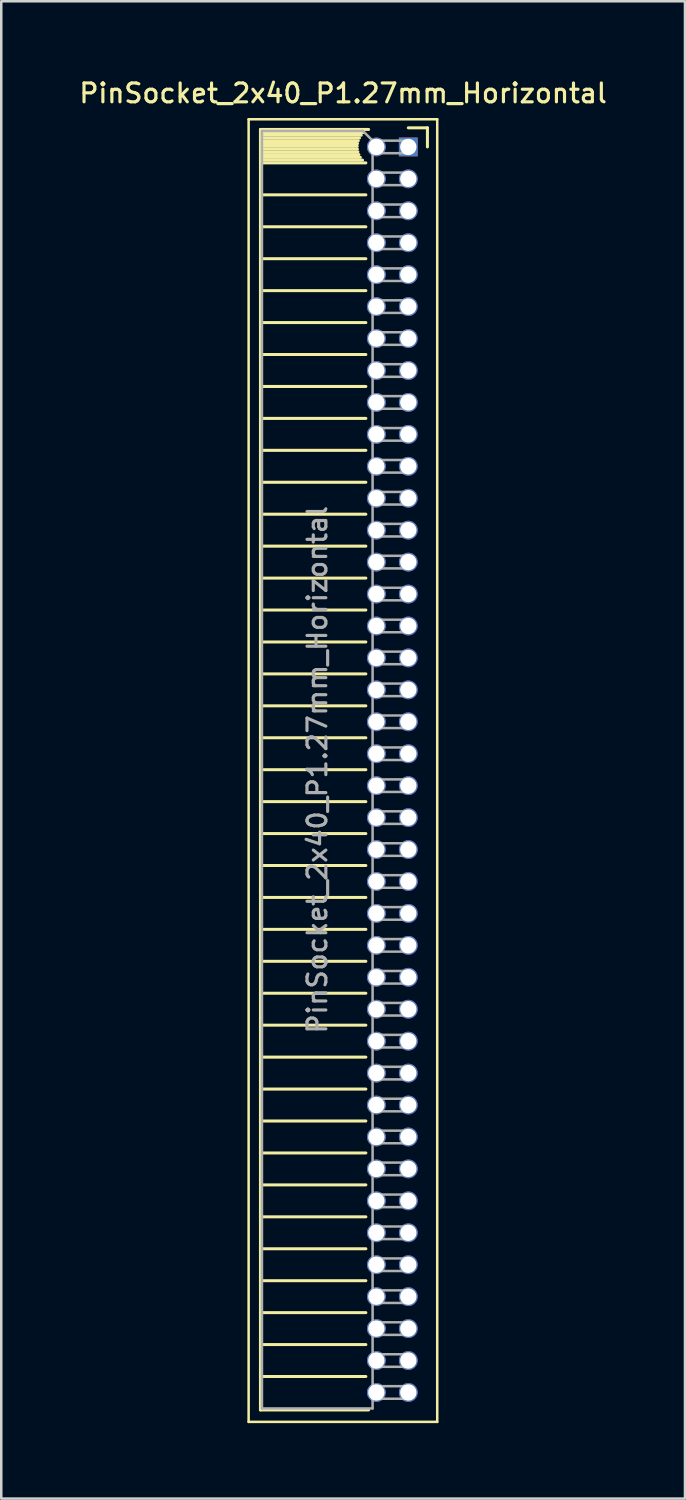
<source format=kicad_pcb>
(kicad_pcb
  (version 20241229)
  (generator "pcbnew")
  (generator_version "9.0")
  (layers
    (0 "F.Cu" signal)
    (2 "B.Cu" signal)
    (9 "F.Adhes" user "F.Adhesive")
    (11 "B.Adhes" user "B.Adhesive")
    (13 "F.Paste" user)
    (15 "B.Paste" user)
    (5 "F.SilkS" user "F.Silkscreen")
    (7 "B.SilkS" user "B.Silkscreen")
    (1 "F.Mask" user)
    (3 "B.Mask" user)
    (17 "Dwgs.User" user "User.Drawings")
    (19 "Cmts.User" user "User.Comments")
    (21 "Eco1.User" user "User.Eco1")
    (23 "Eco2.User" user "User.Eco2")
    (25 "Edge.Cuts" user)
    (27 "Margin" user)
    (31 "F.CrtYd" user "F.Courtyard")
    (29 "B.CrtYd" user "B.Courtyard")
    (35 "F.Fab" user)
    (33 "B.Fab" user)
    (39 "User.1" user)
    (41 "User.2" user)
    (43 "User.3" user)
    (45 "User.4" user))
  (footprint "PinSocket_2x40_P1.27mm_Horizontal"
    (layer "F.Cu")
    (at 13.187 2.793)
    (property "Reference" "PinSocket_2x40_P1.27mm_Horizontal" (at -2.592 -2.135 0) (layer "F.SilkS") (effects (font (size 0.75 0.75) (thickness 0.125))))
    (attr through_hole)
    (fp_line (start -6.35 -1.1) (end -6.35 50.7) (stroke (width 0.1) (type solid)) (layer "F.SilkS"))
    (fp_line (start -6.35 50.7) (end 1.15 50.7) (stroke (width 0.1) (type solid)) (layer "F.SilkS"))
    (fp_line (start -5.88 -0.695) (end -5.88 50.225) (stroke (width 0.12) (type solid)) (layer "F.SilkS"))
    (fp_line (start -5.88 -0.695) (end -1.578 -0.695) (stroke (width 0.12) (type solid)) (layer "F.SilkS"))
    (fp_line (start -5.88 -0.575) (end -1.767 -0.575) (stroke (width 0.12) (type solid)) (layer "F.SilkS"))
    (fp_line (start -5.88 -0.465) (end -1.871 -0.465) (stroke (width 0.12) (type solid)) (layer "F.SilkS"))
    (fp_line (start -5.88 -0.355) (end -1.942 -0.355) (stroke (width 0.12) (type solid)) (layer "F.SilkS"))
    (fp_line (start -5.88 -0.245) (end -1.989 -0.245) (stroke (width 0.12) (type solid)) (layer "F.SilkS"))
    (fp_line (start -5.88 -0.135) (end -2.018 -0.135) (stroke (width 0.12) (type solid)) (layer "F.SilkS"))
    (fp_line (start -5.88 -0.025) (end -2.03 -0.025) (stroke (width 0.12) (type solid)) (layer "F.SilkS"))
    (fp_line (start -5.88 0.085) (end -2.025 0.085) (stroke (width 0.12) (type solid)) (layer "F.SilkS"))
    (fp_line (start -5.88 0.195) (end -2.005 0.195) (stroke (width 0.12) (type solid)) (layer "F.SilkS"))
    (fp_line (start -5.88 0.305) (end -1.966 0.305) (stroke (width 0.12) (type solid)) (layer "F.SilkS"))
    (fp_line (start -5.88 0.415) (end -1.907 0.415) (stroke (width 0.12) (type solid)) (layer "F.SilkS"))
    (fp_line (start -5.88 0.525) (end -1.82 0.525) (stroke (width 0.12) (type solid)) (layer "F.SilkS"))
    (fp_line (start -5.88 0.635) (end -1.688 0.635) (stroke (width 0.12) (type solid)) (layer "F.SilkS"))
    (fp_line (start -5.88 1.905) (end -1.688 1.905) (stroke (width 0.12) (type solid)) (layer "F.SilkS"))
    (fp_line (start -5.88 3.175) (end -1.688 3.175) (stroke (width 0.12) (type solid)) (layer "F.SilkS"))
    (fp_line (start -5.88 4.445) (end -1.688 4.445) (stroke (width 0.12) (type solid)) (layer "F.SilkS"))
    (fp_line (start -5.88 5.715) (end -1.688 5.715) (stroke (width 0.12) (type solid)) (layer "F.SilkS"))
    (fp_line (start -5.88 6.985) (end -1.688 6.985) (stroke (width 0.12) (type solid)) (layer "F.SilkS"))
    (fp_line (start -5.88 8.255) (end -1.688 8.255) (stroke (width 0.12) (type solid)) (layer "F.SilkS"))
    (fp_line (start -5.88 9.525) (end -1.688 9.525) (stroke (width 0.12) (type solid)) (layer "F.SilkS"))
    (fp_line (start -5.88 10.795) (end -1.688 10.795) (stroke (width 0.12) (type solid)) (layer "F.SilkS"))
    (fp_line (start -5.88 12.065) (end -1.688 12.065) (stroke (width 0.12) (type solid)) (layer "F.SilkS"))
    (fp_line (start -5.88 13.335) (end -1.688 13.335) (stroke (width 0.12) (type solid)) (layer "F.SilkS"))
    (fp_line (start -5.88 14.605) (end -1.688 14.605) (stroke (width 0.12) (type solid)) (layer "F.SilkS"))
    (fp_line (start -5.88 15.875) (end -1.688 15.875) (stroke (width 0.12) (type solid)) (layer "F.SilkS"))
    (fp_line (start -5.88 17.145) (end -1.688 17.145) (stroke (width 0.12) (type solid)) (layer "F.SilkS"))
    (fp_line (start -5.88 18.415) (end -1.688 18.415) (stroke (width 0.12) (type solid)) (layer "F.SilkS"))
    (fp_line (start -5.88 19.685) (end -1.688 19.685) (stroke (width 0.12) (type solid)) (layer "F.SilkS"))
    (fp_line (start -5.88 20.955) (end -1.688 20.955) (stroke (width 0.12) (type solid)) (layer "F.SilkS"))
    (fp_line (start -5.88 22.225) (end -1.688 22.225) (stroke (width 0.12) (type solid)) (layer "F.SilkS"))
    (fp_line (start -5.88 23.495) (end -1.688 23.495) (stroke (width 0.12) (type solid)) (layer "F.SilkS"))
    (fp_line (start -5.88 24.765) (end -1.688 24.765) (stroke (width 0.12) (type solid)) (layer "F.SilkS"))
    (fp_line (start -5.88 26.035) (end -1.688 26.035) (stroke (width 0.12) (type solid)) (layer "F.SilkS"))
    (fp_line (start -5.88 27.305) (end -1.688 27.305) (stroke (width 0.12) (type solid)) (layer "F.SilkS"))
    (fp_line (start -5.88 28.575) (end -1.688 28.575) (stroke (width 0.12) (type solid)) (layer "F.SilkS"))
    (fp_line (start -5.88 29.845) (end -1.688 29.845) (stroke (width 0.12) (type solid)) (layer "F.SilkS"))
    (fp_line (start -5.88 31.115) (end -1.688 31.115) (stroke (width 0.12) (type solid)) (layer "F.SilkS"))
    (fp_line (start -5.88 32.385) (end -1.688 32.385) (stroke (width 0.12) (type solid)) (layer "F.SilkS"))
    (fp_line (start -5.88 33.655) (end -1.688 33.655) (stroke (width 0.12) (type solid)) (layer "F.SilkS"))
    (fp_line (start -5.88 34.925) (end -1.688 34.925) (stroke (width 0.12) (type solid)) (layer "F.SilkS"))
    (fp_line (start -5.88 36.195) (end -1.688 36.195) (stroke (width 0.12) (type solid)) (layer "F.SilkS"))
    (fp_line (start -5.88 37.465) (end -1.688 37.465) (stroke (width 0.12) (type solid)) (layer "F.SilkS"))
    (fp_line (start -5.88 38.735) (end -1.688 38.735) (stroke (width 0.12) (type solid)) (layer "F.SilkS"))
    (fp_line (start -5.88 40.005) (end -1.688 40.005) (stroke (width 0.12) (type solid)) (layer "F.SilkS"))
    (fp_line (start -5.88 41.275) (end -1.688 41.275) (stroke (width 0.12) (type solid)) (layer "F.SilkS"))
    (fp_line (start -5.88 42.545) (end -1.688 42.545) (stroke (width 0.12) (type solid)) (layer "F.SilkS"))
    (fp_line (start -5.88 43.815) (end -1.688 43.815) (stroke (width 0.12) (type solid)) (layer "F.SilkS"))
    (fp_line (start -5.88 45.085) (end -1.688 45.085) (stroke (width 0.12) (type solid)) (layer "F.SilkS"))
    (fp_line (start -5.88 46.355) (end -1.688 46.355) (stroke (width 0.12) (type solid)) (layer "F.SilkS"))
    (fp_line (start -5.88 47.625) (end -1.688 47.625) (stroke (width 0.12) (type solid)) (layer "F.SilkS"))
    (fp_line (start -5.88 48.895) (end -1.688 48.895) (stroke (width 0.12) (type solid)) (layer "F.SilkS"))
    (fp_line (start -5.88 50.225) (end -1.578 50.225) (stroke (width 0.12) (type solid)) (layer "F.SilkS"))
    (fp_line (start 0 -0.76) (end 0.76 -0.76) (stroke (width 0.12) (type solid)) (layer "F.SilkS"))
    (fp_line (start 0.76 -0.76) (end 0.76 0) (stroke (width 0.12) (type solid)) (layer "F.SilkS"))
    (fp_line (start 1.15 -1.1) (end -6.35 -1.1) (stroke (width 0.1) (type solid)) (layer "F.SilkS"))
    (fp_line (start 1.15 50.7) (end 1.15 -1.1) (stroke (width 0.1) (type solid)) (layer "F.SilkS"))
    (fp_line (start -5.82 -0.635) (end -1.805 -0.635) (stroke (width 0.1) (type solid)) (layer "F.Fab"))
    (fp_line (start -5.82 50.165) (end -5.82 -0.635) (stroke (width 0.1) (type solid)) (layer "F.Fab"))
    (fp_line (start -1.805 -0.635) (end -1.42 -0.25) (stroke (width 0.1) (type solid)) (layer "F.Fab"))
    (fp_line (start -1.42 -0.25) (end -1.42 50.165) (stroke (width 0.1) (type solid)) (layer "F.Fab"))
    (fp_line (start -1.42 0.25) (end 0 0.25) (stroke (width 0.1) (type solid)) (layer "F.Fab"))
    (fp_line (start -1.42 1.52) (end 0 1.52) (stroke (width 0.1) (type solid)) (layer "F.Fab"))
    (fp_line (start -1.42 2.79) (end 0 2.79) (stroke (width 0.1) (type solid)) (layer "F.Fab"))
    (fp_line (start -1.42 4.06) (end 0 4.06) (stroke (width 0.1) (type solid)) (layer "F.Fab"))
    (fp_line (start -1.42 5.33) (end 0 5.33) (stroke (width 0.1) (type solid)) (layer "F.Fab"))
    (fp_line (start -1.42 6.6) (end 0 6.6) (stroke (width 0.1) (type solid)) (layer "F.Fab"))
    (fp_line (start -1.42 7.87) (end 0 7.87) (stroke (width 0.1) (type solid)) (layer "F.Fab"))
    (fp_line (start -1.42 9.14) (end 0 9.14) (stroke (width 0.1) (type solid)) (layer "F.Fab"))
    (fp_line (start -1.42 10.41) (end 0 10.41) (stroke (width 0.1) (type solid)) (layer "F.Fab"))
    (fp_line (start -1.42 11.68) (end 0 11.68) (stroke (width 0.1) (type solid)) (layer "F.Fab"))
    (fp_line (start -1.42 12.95) (end 0 12.95) (stroke (width 0.1) (type solid)) (layer "F.Fab"))
    (fp_line (start -1.42 14.22) (end 0 14.22) (stroke (width 0.1) (type solid)) (layer "F.Fab"))
    (fp_line (start -1.42 15.49) (end 0 15.49) (stroke (width 0.1) (type solid)) (layer "F.Fab"))
    (fp_line (start -1.42 16.76) (end 0 16.76) (stroke (width 0.1) (type solid)) (layer "F.Fab"))
    (fp_line (start -1.42 18.03) (end 0 18.03) (stroke (width 0.1) (type solid)) (layer "F.Fab"))
    (fp_line (start -1.42 19.3) (end 0 19.3) (stroke (width 0.1) (type solid)) (layer "F.Fab"))
    (fp_line (start -1.42 20.57) (end 0 20.57) (stroke (width 0.1) (type solid)) (layer "F.Fab"))
    (fp_line (start -1.42 21.84) (end 0 21.84) (stroke (width 0.1) (type solid)) (layer "F.Fab"))
    (fp_line (start -1.42 23.11) (end 0 23.11) (stroke (width 0.1) (type solid)) (layer "F.Fab"))
    (fp_line (start -1.42 24.38) (end 0 24.38) (stroke (width 0.1) (type solid)) (layer "F.Fab"))
    (fp_line (start -1.42 25.65) (end 0 25.65) (stroke (width 0.1) (type solid)) (layer "F.Fab"))
    (fp_line (start -1.42 26.92) (end 0 26.92) (stroke (width 0.1) (type solid)) (layer "F.Fab"))
    (fp_line (start -1.42 28.19) (end 0 28.19) (stroke (width 0.1) (type solid)) (layer "F.Fab"))
    (fp_line (start -1.42 29.46) (end 0 29.46) (stroke (width 0.1) (type solid)) (layer "F.Fab"))
    (fp_line (start -1.42 30.73) (end 0 30.73) (stroke (width 0.1) (type solid)) (layer "F.Fab"))
    (fp_line (start -1.42 32) (end 0 32) (stroke (width 0.1) (type solid)) (layer "F.Fab"))
    (fp_line (start -1.42 33.27) (end 0 33.27) (stroke (width 0.1) (type solid)) (layer "F.Fab"))
    (fp_line (start -1.42 34.54) (end 0 34.54) (stroke (width 0.1) (type solid)) (layer "F.Fab"))
    (fp_line (start -1.42 35.81) (end 0 35.81) (stroke (width 0.1) (type solid)) (layer "F.Fab"))
    (fp_line (start -1.42 37.08) (end 0 37.08) (stroke (width 0.1) (type solid)) (layer "F.Fab"))
    (fp_line (start -1.42 38.35) (end 0 38.35) (stroke (width 0.1) (type solid)) (layer "F.Fab"))
    (fp_line (start -1.42 39.62) (end 0 39.62) (stroke (width 0.1) (type solid)) (layer "F.Fab"))
    (fp_line (start -1.42 40.89) (end 0 40.89) (stroke (width 0.1) (type solid)) (layer "F.Fab"))
    (fp_line (start -1.42 42.16) (end 0 42.16) (stroke (width 0.1) (type solid)) (layer "F.Fab"))
    (fp_line (start -1.42 43.43) (end 0 43.43) (stroke (width 0.1) (type solid)) (layer "F.Fab"))
    (fp_line (start -1.42 44.7) (end 0 44.7) (stroke (width 0.1) (type solid)) (layer "F.Fab"))
    (fp_line (start -1.42 45.97) (end 0 45.97) (stroke (width 0.1) (type solid)) (layer "F.Fab"))
    (fp_line (start -1.42 47.24) (end 0 47.24) (stroke (width 0.1) (type solid)) (layer "F.Fab"))
    (fp_line (start -1.42 48.51) (end 0 48.51) (stroke (width 0.1) (type solid)) (layer "F.Fab"))
    (fp_line (start -1.42 49.78) (end 0 49.78) (stroke (width 0.1) (type solid)) (layer "F.Fab"))
    (fp_line (start -1.42 50.165) (end -5.82 50.165) (stroke (width 0.1) (type solid)) (layer "F.Fab"))
    (fp_line (start 0 -0.25) (end -1.42 -0.25) (stroke (width 0.1) (type solid)) (layer "F.Fab"))
    (fp_line (start 0 0.25) (end 0 -0.25) (stroke (width 0.1) (type solid)) (layer "F.Fab"))
    (fp_line (start 0 1.02) (end -1.42 1.02) (stroke (width 0.1) (type solid)) (layer "F.Fab"))
    (fp_line (start 0 1.52) (end 0 1.02) (stroke (width 0.1) (type solid)) (layer "F.Fab"))
    (fp_line (start 0 2.29) (end -1.42 2.29) (stroke (width 0.1) (type solid)) (layer "F.Fab"))
    (fp_line (start 0 2.79) (end 0 2.29) (stroke (width 0.1) (type solid)) (layer "F.Fab"))
    (fp_line (start 0 3.56) (end -1.42 3.56) (stroke (width 0.1) (type solid)) (layer "F.Fab"))
    (fp_line (start 0 4.06) (end 0 3.56) (stroke (width 0.1) (type solid)) (layer "F.Fab"))
    (fp_line (start 0 4.83) (end -1.42 4.83) (stroke (width 0.1) (type solid)) (layer "F.Fab"))
    (fp_line (start 0 5.33) (end 0 4.83) (stroke (width 0.1) (type solid)) (layer "F.Fab"))
    (fp_line (start 0 6.1) (end -1.42 6.1) (stroke (width 0.1) (type solid)) (layer "F.Fab"))
    (fp_line (start 0 6.6) (end 0 6.1) (stroke (width 0.1) (type solid)) (layer "F.Fab"))
    (fp_line (start 0 7.37) (end -1.42 7.37) (stroke (width 0.1) (type solid)) (layer "F.Fab"))
    (fp_line (start 0 7.87) (end 0 7.37) (stroke (width 0.1) (type solid)) (layer "F.Fab"))
    (fp_line (start 0 8.64) (end -1.42 8.64) (stroke (width 0.1) (type solid)) (layer "F.Fab"))
    (fp_line (start 0 9.14) (end 0 8.64) (stroke (width 0.1) (type solid)) (layer "F.Fab"))
    (fp_line (start 0 9.91) (end -1.42 9.91) (stroke (width 0.1) (type solid)) (layer "F.Fab"))
    (fp_line (start 0 10.41) (end 0 9.91) (stroke (width 0.1) (type solid)) (layer "F.Fab"))
    (fp_line (start 0 11.18) (end -1.42 11.18) (stroke (width 0.1) (type solid)) (layer "F.Fab"))
    (fp_line (start 0 11.68) (end 0 11.18) (stroke (width 0.1) (type solid)) (layer "F.Fab"))
    (fp_line (start 0 12.45) (end -1.42 12.45) (stroke (width 0.1) (type solid)) (layer "F.Fab"))
    (fp_line (start 0 12.95) (end 0 12.45) (stroke (width 0.1) (type solid)) (layer "F.Fab"))
    (fp_line (start 0 13.72) (end -1.42 13.72) (stroke (width 0.1) (type solid)) (layer "F.Fab"))
    (fp_line (start 0 14.22) (end 0 13.72) (stroke (width 0.1) (type solid)) (layer "F.Fab"))
    (fp_line (start 0 14.99) (end -1.42 14.99) (stroke (width 0.1) (type solid)) (layer "F.Fab"))
    (fp_line (start 0 15.49) (end 0 14.99) (stroke (width 0.1) (type solid)) (layer "F.Fab"))
    (fp_line (start 0 16.26) (end -1.42 16.26) (stroke (width 0.1) (type solid)) (layer "F.Fab"))
    (fp_line (start 0 16.76) (end 0 16.26) (stroke (width 0.1) (type solid)) (layer "F.Fab"))
    (fp_line (start 0 17.53) (end -1.42 17.53) (stroke (width 0.1) (type solid)) (layer "F.Fab"))
    (fp_line (start 0 18.03) (end 0 17.53) (stroke (width 0.1) (type solid)) (layer "F.Fab"))
    (fp_line (start 0 18.8) (end -1.42 18.8) (stroke (width 0.1) (type solid)) (layer "F.Fab"))
    (fp_line (start 0 19.3) (end 0 18.8) (stroke (width 0.1) (type solid)) (layer "F.Fab"))
    (fp_line (start 0 20.07) (end -1.42 20.07) (stroke (width 0.1) (type solid)) (layer "F.Fab"))
    (fp_line (start 0 20.57) (end 0 20.07) (stroke (width 0.1) (type solid)) (layer "F.Fab"))
    (fp_line (start 0 21.34) (end -1.42 21.34) (stroke (width 0.1) (type solid)) (layer "F.Fab"))
    (fp_line (start 0 21.84) (end 0 21.34) (stroke (width 0.1) (type solid)) (layer "F.Fab"))
    (fp_line (start 0 22.61) (end -1.42 22.61) (stroke (width 0.1) (type solid)) (layer "F.Fab"))
    (fp_line (start 0 23.11) (end 0 22.61) (stroke (width 0.1) (type solid)) (layer "F.Fab"))
    (fp_line (start 0 23.88) (end -1.42 23.88) (stroke (width 0.1) (type solid)) (layer "F.Fab"))
    (fp_line (start 0 24.38) (end 0 23.88) (stroke (width 0.1) (type solid)) (layer "F.Fab"))
    (fp_line (start 0 25.15) (end -1.42 25.15) (stroke (width 0.1) (type solid)) (layer "F.Fab"))
    (fp_line (start 0 25.65) (end 0 25.15) (stroke (width 0.1) (type solid)) (layer "F.Fab"))
    (fp_line (start 0 26.42) (end -1.42 26.42) (stroke (width 0.1) (type solid)) (layer "F.Fab"))
    (fp_line (start 0 26.92) (end 0 26.42) (stroke (width 0.1) (type solid)) (layer "F.Fab"))
    (fp_line (start 0 27.69) (end -1.42 27.69) (stroke (width 0.1) (type solid)) (layer "F.Fab"))
    (fp_line (start 0 28.19) (end 0 27.69) (stroke (width 0.1) (type solid)) (layer "F.Fab"))
    (fp_line (start 0 28.96) (end -1.42 28.96) (stroke (width 0.1) (type solid)) (layer "F.Fab"))
    (fp_line (start 0 29.46) (end 0 28.96) (stroke (width 0.1) (type solid)) (layer "F.Fab"))
    (fp_line (start 0 30.23) (end -1.42 30.23) (stroke (width 0.1) (type solid)) (layer "F.Fab"))
    (fp_line (start 0 30.73) (end 0 30.23) (stroke (width 0.1) (type solid)) (layer "F.Fab"))
    (fp_line (start 0 31.5) (end -1.42 31.5) (stroke (width 0.1) (type solid)) (layer "F.Fab"))
    (fp_line (start 0 32) (end 0 31.5) (stroke (width 0.1) (type solid)) (layer "F.Fab"))
    (fp_line (start 0 32.77) (end -1.42 32.77) (stroke (width 0.1) (type solid)) (layer "F.Fab"))
    (fp_line (start 0 33.27) (end 0 32.77) (stroke (width 0.1) (type solid)) (layer "F.Fab"))
    (fp_line (start 0 34.04) (end -1.42 34.04) (stroke (width 0.1) (type solid)) (layer "F.Fab"))
    (fp_line (start 0 34.54) (end 0 34.04) (stroke (width 0.1) (type solid)) (layer "F.Fab"))
    (fp_line (start 0 35.31) (end -1.42 35.31) (stroke (width 0.1) (type solid)) (layer "F.Fab"))
    (fp_line (start 0 35.81) (end 0 35.31) (stroke (width 0.1) (type solid)) (layer "F.Fab"))
    (fp_line (start 0 36.58) (end -1.42 36.58) (stroke (width 0.1) (type solid)) (layer "F.Fab"))
    (fp_line (start 0 37.08) (end 0 36.58) (stroke (width 0.1) (type solid)) (layer "F.Fab"))
    (fp_line (start 0 37.85) (end -1.42 37.85) (stroke (width 0.1) (type solid)) (layer "F.Fab"))
    (fp_line (start 0 38.35) (end 0 37.85) (stroke (width 0.1) (type solid)) (layer "F.Fab"))
    (fp_line (start 0 39.12) (end -1.42 39.12) (stroke (width 0.1) (type solid)) (layer "F.Fab"))
    (fp_line (start 0 39.62) (end 0 39.12) (stroke (width 0.1) (type solid)) (layer "F.Fab"))
    (fp_line (start 0 40.39) (end -1.42 40.39) (stroke (width 0.1) (type solid)) (layer "F.Fab"))
    (fp_line (start 0 40.89) (end 0 40.39) (stroke (width 0.1) (type solid)) (layer "F.Fab"))
    (fp_line (start 0 41.66) (end -1.42 41.66) (stroke (width 0.1) (type solid)) (layer "F.Fab"))
    (fp_line (start 0 42.16) (end 0 41.66) (stroke (width 0.1) (type solid)) (layer "F.Fab"))
    (fp_line (start 0 42.93) (end -1.42 42.93) (stroke (width 0.1) (type solid)) (layer "F.Fab"))
    (fp_line (start 0 43.43) (end 0 42.93) (stroke (width 0.1) (type solid)) (layer "F.Fab"))
    (fp_line (start 0 44.2) (end -1.42 44.2) (stroke (width 0.1) (type solid)) (layer "F.Fab"))
    (fp_line (start 0 44.7) (end 0 44.2) (stroke (width 0.1) (type solid)) (layer "F.Fab"))
    (fp_line (start 0 45.47) (end -1.42 45.47) (stroke (width 0.1) (type solid)) (layer "F.Fab"))
    (fp_line (start 0 45.97) (end 0 45.47) (stroke (width 0.1) (type solid)) (layer "F.Fab"))
    (fp_line (start 0 46.74) (end -1.42 46.74) (stroke (width 0.1) (type solid)) (layer "F.Fab"))
    (fp_line (start 0 47.24) (end 0 46.74) (stroke (width 0.1) (type solid)) (layer "F.Fab"))
    (fp_line (start 0 48.01) (end -1.42 48.01) (stroke (width 0.1) (type solid)) (layer "F.Fab"))
    (fp_line (start 0 48.51) (end 0 48.01) (stroke (width 0.1) (type solid)) (layer "F.Fab"))
    (fp_line (start 0 49.28) (end -1.42 49.28) (stroke (width 0.1) (type solid)) (layer "F.Fab"))
    (fp_line (start 0 49.78) (end 0 49.28) (stroke (width 0.1) (type solid)) (layer "F.Fab"))
    (fp_text user "${REFERENCE}" (at -3.62 24.765 90) (layer "F.Fab") (effects (font (size 0.75 0.75) (thickness 0.125))))
    (pad "1" thru_hole rect (at 0 0) (size 0.75 0.75) (drill 0.65) (layers "*.Cu" "*.Mask"))
    (pad "2" thru_hole oval (at -1.27 0) (size 0.75 0.75) (drill 0.65) (layers "*.Cu" "*.Mask"))
    (pad "3" thru_hole oval (at 0 1.27) (size 0.75 0.75) (drill 0.65) (layers "*.Cu" "*.Mask"))
    (pad "4" thru_hole oval (at -1.27 1.27) (size 0.75 0.75) (drill 0.65) (layers "*.Cu" "*.Mask"))
    (pad "5" thru_hole oval (at 0 2.54) (size 0.75 0.75) (drill 0.65) (layers "*.Cu" "*.Mask"))
    (pad "6" thru_hole oval (at -1.27 2.54) (size 0.75 0.75) (drill 0.65) (layers "*.Cu" "*.Mask"))
    (pad "7" thru_hole oval (at 0 3.81) (size 0.75 0.75) (drill 0.65) (layers "*.Cu" "*.Mask"))
    (pad "8" thru_hole oval (at -1.27 3.81) (size 0.75 0.75) (drill 0.65) (layers "*.Cu" "*.Mask"))
    (pad "9" thru_hole oval (at 0 5.08) (size 0.75 0.75) (drill 0.65) (layers "*.Cu" "*.Mask"))
    (pad "10" thru_hole oval (at -1.27 5.08) (size 0.75 0.75) (drill 0.65) (layers "*.Cu" "*.Mask"))
    (pad "11" thru_hole oval (at 0 6.35) (size 0.75 0.75) (drill 0.65) (layers "*.Cu" "*.Mask"))
    (pad "12" thru_hole oval (at -1.27 6.35) (size 0.75 0.75) (drill 0.65) (layers "*.Cu" "*.Mask"))
    (pad "13" thru_hole oval (at 0 7.62) (size 0.75 0.75) (drill 0.65) (layers "*.Cu" "*.Mask"))
    (pad "14" thru_hole oval (at -1.27 7.62) (size 0.75 0.75) (drill 0.65) (layers "*.Cu" "*.Mask"))
    (pad "15" thru_hole oval (at 0 8.89) (size 0.75 0.75) (drill 0.65) (layers "*.Cu" "*.Mask"))
    (pad "16" thru_hole oval (at -1.27 8.89) (size 0.75 0.75) (drill 0.65) (layers "*.Cu" "*.Mask"))
    (pad "17" thru_hole oval (at 0 10.16) (size 0.75 0.75) (drill 0.65) (layers "*.Cu" "*.Mask"))
    (pad "18" thru_hole oval (at -1.27 10.16) (size 0.75 0.75) (drill 0.65) (layers "*.Cu" "*.Mask"))
    (pad "19" thru_hole oval (at 0 11.43) (size 0.75 0.75) (drill 0.65) (layers "*.Cu" "*.Mask"))
    (pad "20" thru_hole oval (at -1.27 11.43) (size 0.75 0.75) (drill 0.65) (layers "*.Cu" "*.Mask"))
    (pad "21" thru_hole oval (at 0 12.7) (size 0.75 0.75) (drill 0.65) (layers "*.Cu" "*.Mask"))
    (pad "22" thru_hole oval (at -1.27 12.7) (size 0.75 0.75) (drill 0.65) (layers "*.Cu" "*.Mask"))
    (pad "23" thru_hole oval (at 0 13.97) (size 0.75 0.75) (drill 0.65) (layers "*.Cu" "*.Mask"))
    (pad "24" thru_hole oval (at -1.27 13.97) (size 0.75 0.75) (drill 0.65) (layers "*.Cu" "*.Mask"))
    (pad "25" thru_hole oval (at 0 15.24) (size 0.75 0.75) (drill 0.65) (layers "*.Cu" "*.Mask"))
    (pad "26" thru_hole oval (at -1.27 15.24) (size 0.75 0.75) (drill 0.65) (layers "*.Cu" "*.Mask"))
    (pad "27" thru_hole oval (at 0 16.51) (size 0.75 0.75) (drill 0.65) (layers "*.Cu" "*.Mask"))
    (pad "28" thru_hole oval (at -1.27 16.51) (size 0.75 0.75) (drill 0.65) (layers "*.Cu" "*.Mask"))
    (pad "29" thru_hole oval (at 0 17.78) (size 0.75 0.75) (drill 0.65) (layers "*.Cu" "*.Mask"))
    (pad "30" thru_hole oval (at -1.27 17.78) (size 0.75 0.75) (drill 0.65) (layers "*.Cu" "*.Mask"))
    (pad "31" thru_hole oval (at 0 19.05) (size 0.75 0.75) (drill 0.65) (layers "*.Cu" "*.Mask"))
    (pad "32" thru_hole oval (at -1.27 19.05) (size 0.75 0.75) (drill 0.65) (layers "*.Cu" "*.Mask"))
    (pad "33" thru_hole oval (at 0 20.32) (size 0.75 0.75) (drill 0.65) (layers "*.Cu" "*.Mask"))
    (pad "34" thru_hole oval (at -1.27 20.32) (size 0.75 0.75) (drill 0.65) (layers "*.Cu" "*.Mask"))
    (pad "35" thru_hole oval (at 0 21.59) (size 0.75 0.75) (drill 0.65) (layers "*.Cu" "*.Mask"))
    (pad "36" thru_hole oval (at -1.27 21.59) (size 0.75 0.75) (drill 0.65) (layers "*.Cu" "*.Mask"))
    (pad "37" thru_hole oval (at 0 22.86) (size 0.75 0.75) (drill 0.65) (layers "*.Cu" "*.Mask"))
    (pad "38" thru_hole oval (at -1.27 22.86) (size 0.75 0.75) (drill 0.65) (layers "*.Cu" "*.Mask"))
    (pad "39" thru_hole oval (at 0 24.13) (size 0.75 0.75) (drill 0.65) (layers "*.Cu" "*.Mask"))
    (pad "40" thru_hole oval (at -1.27 24.13) (size 0.75 0.75) (drill 0.65) (layers "*.Cu" "*.Mask"))
    (pad "41" thru_hole oval (at 0 25.4) (size 0.75 0.75) (drill 0.65) (layers "*.Cu" "*.Mask"))
    (pad "42" thru_hole oval (at -1.27 25.4) (size 0.75 0.75) (drill 0.65) (layers "*.Cu" "*.Mask"))
    (pad "43" thru_hole oval (at 0 26.67) (size 0.75 0.75) (drill 0.65) (layers "*.Cu" "*.Mask"))
    (pad "44" thru_hole oval (at -1.27 26.67) (size 0.75 0.75) (drill 0.65) (layers "*.Cu" "*.Mask"))
    (pad "45" thru_hole oval (at 0 27.94) (size 0.75 0.75) (drill 0.65) (layers "*.Cu" "*.Mask"))
    (pad "46" thru_hole oval (at -1.27 27.94) (size 0.75 0.75) (drill 0.65) (layers "*.Cu" "*.Mask"))
    (pad "47" thru_hole oval (at 0 29.21) (size 0.75 0.75) (drill 0.65) (layers "*.Cu" "*.Mask"))
    (pad "48" thru_hole oval (at -1.27 29.21) (size 0.75 0.75) (drill 0.65) (layers "*.Cu" "*.Mask"))
    (pad "49" thru_hole oval (at 0 30.48) (size 0.75 0.75) (drill 0.65) (layers "*.Cu" "*.Mask"))
    (pad "50" thru_hole oval (at -1.27 30.48) (size 0.75 0.75) (drill 0.65) (layers "*.Cu" "*.Mask"))
    (pad "51" thru_hole oval (at 0 31.75) (size 0.75 0.75) (drill 0.65) (layers "*.Cu" "*.Mask"))
    (pad "52" thru_hole oval (at -1.27 31.75) (size 0.75 0.75) (drill 0.65) (layers "*.Cu" "*.Mask"))
    (pad "53" thru_hole oval (at 0 33.02) (size 0.75 0.75) (drill 0.65) (layers "*.Cu" "*.Mask"))
    (pad "54" thru_hole oval (at -1.27 33.02) (size 0.75 0.75) (drill 0.65) (layers "*.Cu" "*.Mask"))
    (pad "55" thru_hole oval (at 0 34.29) (size 0.75 0.75) (drill 0.65) (layers "*.Cu" "*.Mask"))
    (pad "56" thru_hole oval (at -1.27 34.29) (size 0.75 0.75) (drill 0.65) (layers "*.Cu" "*.Mask"))
    (pad "57" thru_hole oval (at 0 35.56) (size 0.75 0.75) (drill 0.65) (layers "*.Cu" "*.Mask"))
    (pad "58" thru_hole oval (at -1.27 35.56) (size 0.75 0.75) (drill 0.65) (layers "*.Cu" "*.Mask"))
    (pad "59" thru_hole oval (at 0 36.83) (size 0.75 0.75) (drill 0.65) (layers "*.Cu" "*.Mask"))
    (pad "60" thru_hole oval (at -1.27 36.83) (size 0.75 0.75) (drill 0.65) (layers "*.Cu" "*.Mask"))
    (pad "61" thru_hole oval (at 0 38.1) (size 0.75 0.75) (drill 0.65) (layers "*.Cu" "*.Mask"))
    (pad "62" thru_hole oval (at -1.27 38.1) (size 0.75 0.75) (drill 0.65) (layers "*.Cu" "*.Mask"))
    (pad "63" thru_hole oval (at 0 39.37) (size 0.75 0.75) (drill 0.65) (layers "*.Cu" "*.Mask"))
    (pad "64" thru_hole oval (at -1.27 39.37) (size 0.75 0.75) (drill 0.65) (layers "*.Cu" "*.Mask"))
    (pad "65" thru_hole oval (at 0 40.64) (size 0.75 0.75) (drill 0.65) (layers "*.Cu" "*.Mask"))
    (pad "66" thru_hole oval (at -1.27 40.64) (size 0.75 0.75) (drill 0.65) (layers "*.Cu" "*.Mask"))
    (pad "67" thru_hole oval (at 0 41.91) (size 0.75 0.75) (drill 0.65) (layers "*.Cu" "*.Mask"))
    (pad "68" thru_hole oval (at -1.27 41.91) (size 0.75 0.75) (drill 0.65) (layers "*.Cu" "*.Mask"))
    (pad "69" thru_hole oval (at 0 43.18) (size 0.75 0.75) (drill 0.65) (layers "*.Cu" "*.Mask"))
    (pad "70" thru_hole oval (at -1.27 43.18) (size 0.75 0.75) (drill 0.65) (layers "*.Cu" "*.Mask"))
    (pad "71" thru_hole oval (at 0 44.45) (size 0.75 0.75) (drill 0.65) (layers "*.Cu" "*.Mask"))
    (pad "72" thru_hole oval (at -1.27 44.45) (size 0.75 0.75) (drill 0.65) (layers "*.Cu" "*.Mask"))
    (pad "73" thru_hole oval (at 0 45.72) (size 0.75 0.75) (drill 0.65) (layers "*.Cu" "*.Mask"))
    (pad "74" thru_hole oval (at -1.27 45.72) (size 0.75 0.75) (drill 0.65) (layers "*.Cu" "*.Mask"))
    (pad "75" thru_hole oval (at 0 46.99) (size 0.75 0.75) (drill 0.65) (layers "*.Cu" "*.Mask"))
    (pad "76" thru_hole oval (at -1.27 46.99) (size 0.75 0.75) (drill 0.65) (layers "*.Cu" "*.Mask"))
    (pad "77" thru_hole oval (at 0 48.26) (size 0.75 0.75) (drill 0.65) (layers "*.Cu" "*.Mask"))
    (pad "78" thru_hole oval (at -1.27 48.26) (size 0.75 0.75) (drill 0.65) (layers "*.Cu" "*.Mask"))
    (pad "79" thru_hole oval (at 0 49.53) (size 0.75 0.75) (drill 0.65) (layers "*.Cu" "*.Mask"))
    (pad "80" thru_hole oval (at -1.27 49.53) (size 0.75 0.75) (drill 0.65) (layers "*.Cu" "*.Mask")))
  (gr_rect
    (start -3 -3)
    (end 24.189 56.543)
    (stroke (width 0.1) (type default))
    (fill no)
    (layer "Edge.Cuts")))
</source>
